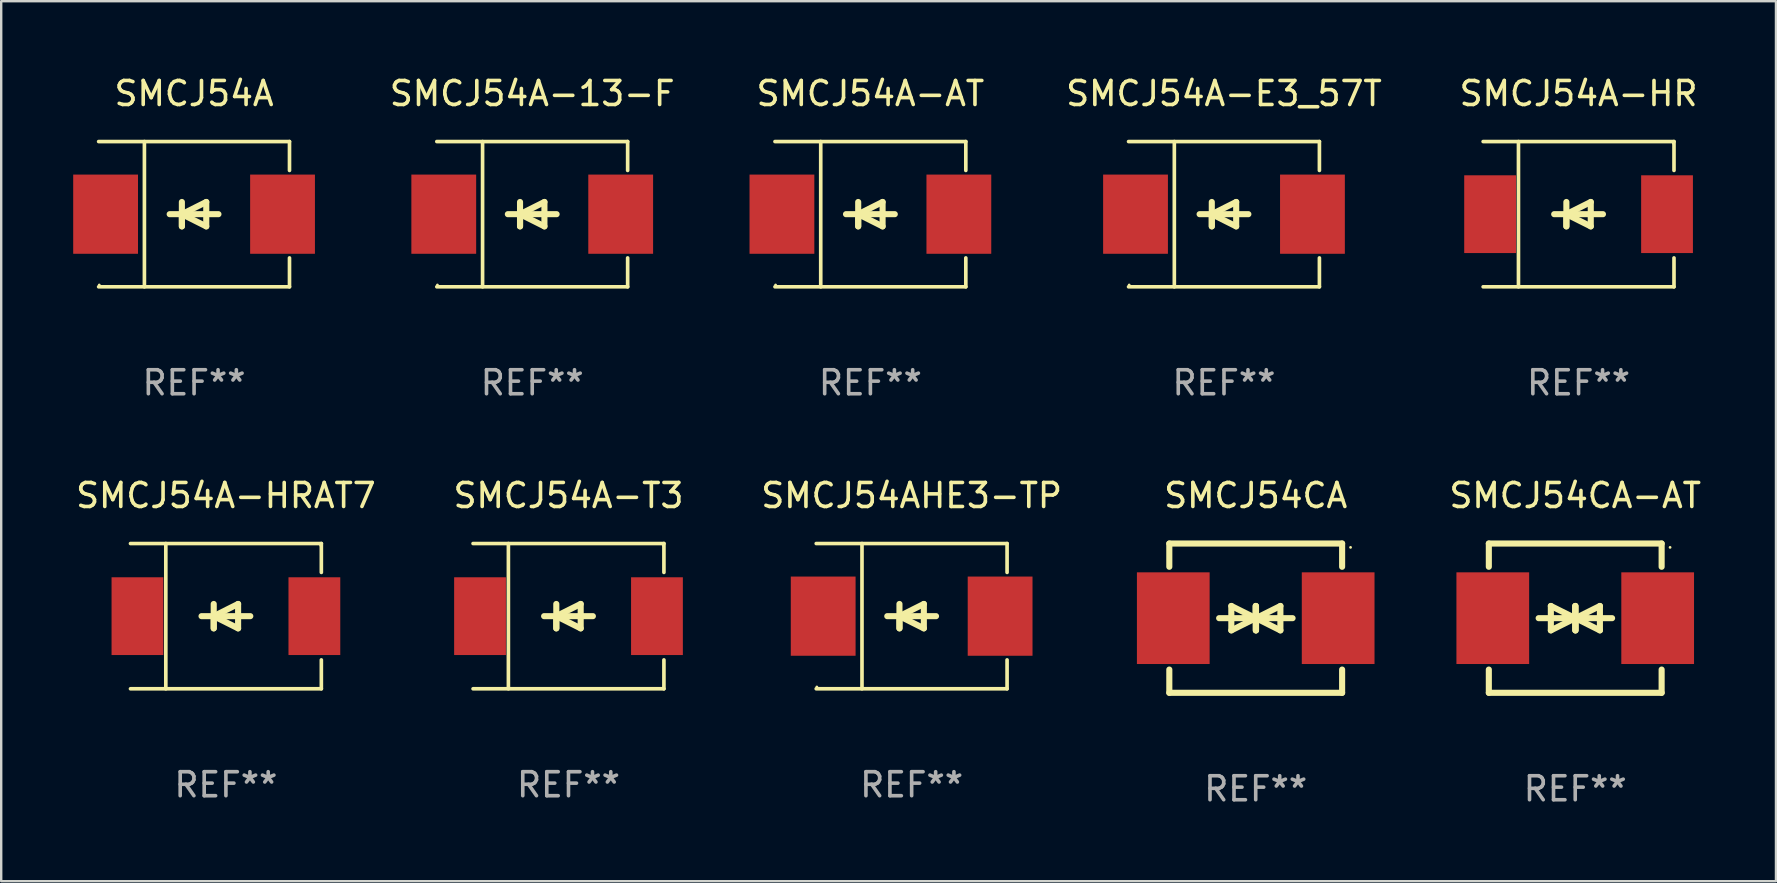
<source format=kicad_pcb>
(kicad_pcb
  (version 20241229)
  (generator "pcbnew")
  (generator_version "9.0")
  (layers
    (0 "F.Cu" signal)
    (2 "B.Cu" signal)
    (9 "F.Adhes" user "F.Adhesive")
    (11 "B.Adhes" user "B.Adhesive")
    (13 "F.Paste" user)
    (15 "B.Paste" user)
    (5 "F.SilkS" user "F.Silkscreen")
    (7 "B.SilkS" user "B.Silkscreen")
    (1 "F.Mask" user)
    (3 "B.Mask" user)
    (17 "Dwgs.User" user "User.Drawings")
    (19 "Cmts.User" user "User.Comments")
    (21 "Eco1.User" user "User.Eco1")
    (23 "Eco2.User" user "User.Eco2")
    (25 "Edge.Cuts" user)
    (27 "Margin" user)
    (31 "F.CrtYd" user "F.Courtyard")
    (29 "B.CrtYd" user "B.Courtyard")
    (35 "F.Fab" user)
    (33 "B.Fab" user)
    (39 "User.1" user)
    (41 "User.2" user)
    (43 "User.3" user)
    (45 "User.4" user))
  (footprint "SMCJ54CA"
    (layer "F.Cu")
    (at 49.271 22.707)
    (property "Reference" "SMCJ54CA" (at 0 -5.11 0) (layer "F.SilkS") (effects (font (size 1 1) (thickness 0.15))))
    (attr through_hole)
    (fp_line (start -3.6 -2.141) (end -3.6 -3.11) (stroke (width 0.254) (type solid)) (layer "F.SilkS"))
    (fp_line (start -3.6 3.11) (end -3.6 2.141) (stroke (width 0.254) (type solid)) (layer "F.SilkS"))
    (fp_line (start -1.524 0) (end 0.508 0) (stroke (width 0.254) (type solid)) (layer "F.SilkS"))
    (fp_line (start -1.016 -0.508) (end -1.016 0.508) (stroke (width 0.254) (type solid)) (layer "F.SilkS"))
    (fp_line (start -1.016 0.508) (end 0 0) (stroke (width 0.254) (type solid)) (layer "F.SilkS"))
    (fp_line (start 0 -0.508) (end 0 0.508) (stroke (width 0.254) (type solid)) (layer "F.SilkS"))
    (fp_line (start 0 0) (end -1.016 -0.508) (stroke (width 0.254) (type solid)) (layer "F.SilkS"))
    (fp_line (start 0 0) (end 0 -0.508) (stroke (width 0.254) (type solid)) (layer "F.SilkS"))
    (fp_line (start 0.012 0) (end 0.012 0.508) (stroke (width 0.254) (type solid)) (layer "F.SilkS"))
    (fp_line (start 0.012 0) (end 1.028 0.508) (stroke (width 0.254) (type solid)) (layer "F.SilkS"))
    (fp_line (start 0.012 0.508) (end 0.012 -0.508) (stroke (width 0.254) (type solid)) (layer "F.SilkS"))
    (fp_line (start 1.028 -0.508) (end 0.012 0) (stroke (width 0.254) (type solid)) (layer "F.SilkS"))
    (fp_line (start 1.028 0.508) (end 1.028 -0.508) (stroke (width 0.254) (type solid)) (layer "F.SilkS"))
    (fp_line (start 1.536 0) (end -0.496 0) (stroke (width 0.254) (type solid)) (layer "F.SilkS"))
    (fp_line (start 3.6 -3.11) (end -3.6 -3.11) (stroke (width 0.254) (type solid)) (layer "F.SilkS"))
    (fp_line (start 3.6 -2.141) (end 3.6 -3.11) (stroke (width 0.254) (type solid)) (layer "F.SilkS"))
    (fp_line (start 3.6 3.11) (end -3.6 3.11) (stroke (width 0.254) (type solid)) (layer "F.SilkS"))
    (fp_line (start 3.6 3.11) (end 3.6 2.141) (stroke (width 0.254) (type solid)) (layer "F.SilkS"))
    (fp_circle (center 3.952 -2.95) (end 3.982 -2.95) (stroke (width 0.06) (type solid)) (fill no) (layer "F.SilkS"))
    (fp_text user "REF**" (at 0 7.11 0) (layer "F.Fab") (effects (font (size 1 1) (thickness 0.15))))
    (pad "1" smd rect (at 3.435 0) (size 3.03 3.82) (layers "F.Cu" "F.Mask" "F.Paste"))
    (pad "2" smd rect (at -3.435 0) (size 3.03 3.82) (layers "F.Cu" "F.Mask" "F.Paste")))
  (footprint "SMCJ54CA-AT"
    (layer "F.Cu")
    (at 62.584 22.707)
    (property "Reference" "SMCJ54CA-AT" (at 0 -5.11 0) (layer "F.SilkS") (effects (font (size 1 1) (thickness 0.15))))
    (attr through_hole)
    (fp_line (start -3.6 -2.141) (end -3.6 -3.11) (stroke (width 0.254) (type solid)) (layer "F.SilkS"))
    (fp_line (start -3.6 3.11) (end -3.6 2.141) (stroke (width 0.254) (type solid)) (layer "F.SilkS"))
    (fp_line (start -1.524 0) (end 0.508 0) (stroke (width 0.254) (type solid)) (layer "F.SilkS"))
    (fp_line (start -1.016 -0.508) (end -1.016 0.508) (stroke (width 0.254) (type solid)) (layer "F.SilkS"))
    (fp_line (start -1.016 0.508) (end 0 0) (stroke (width 0.254) (type solid)) (layer "F.SilkS"))
    (fp_line (start 0 -0.508) (end 0 0.508) (stroke (width 0.254) (type solid)) (layer "F.SilkS"))
    (fp_line (start 0 0) (end -1.016 -0.508) (stroke (width 0.254) (type solid)) (layer "F.SilkS"))
    (fp_line (start 0 0) (end 0 -0.508) (stroke (width 0.254) (type solid)) (layer "F.SilkS"))
    (fp_line (start 0.012 0) (end 0.012 0.508) (stroke (width 0.254) (type solid)) (layer "F.SilkS"))
    (fp_line (start 0.012 0) (end 1.028 0.508) (stroke (width 0.254) (type solid)) (layer "F.SilkS"))
    (fp_line (start 0.012 0.508) (end 0.012 -0.508) (stroke (width 0.254) (type solid)) (layer "F.SilkS"))
    (fp_line (start 1.028 -0.508) (end 0.012 0) (stroke (width 0.254) (type solid)) (layer "F.SilkS"))
    (fp_line (start 1.028 0.508) (end 1.028 -0.508) (stroke (width 0.254) (type solid)) (layer "F.SilkS"))
    (fp_line (start 1.536 0) (end -0.496 0) (stroke (width 0.254) (type solid)) (layer "F.SilkS"))
    (fp_line (start 3.6 -3.11) (end -3.6 -3.11) (stroke (width 0.254) (type solid)) (layer "F.SilkS"))
    (fp_line (start 3.6 -2.141) (end 3.6 -3.11) (stroke (width 0.254) (type solid)) (layer "F.SilkS"))
    (fp_line (start 3.6 3.11) (end -3.6 3.11) (stroke (width 0.254) (type solid)) (layer "F.SilkS"))
    (fp_line (start 3.6 3.11) (end 3.6 2.141) (stroke (width 0.254) (type solid)) (layer "F.SilkS"))
    (fp_circle (center 3.952 -2.95) (end 3.982 -2.95) (stroke (width 0.06) (type solid)) (fill no) (layer "F.SilkS"))
    (fp_text user "REF**" (at 0 7.11 0) (layer "F.Fab") (effects (font (size 1 1) (thickness 0.15))))
    (pad "1" smd rect (at 3.435 0) (size 3.03 3.82) (layers "F.Cu" "F.Mask" "F.Paste"))
    (pad "2" smd rect (at -3.435 0) (size 3.03 3.82) (layers "F.Cu" "F.Mask" "F.Paste")))
  (footprint "SMCJ54A-T3"
    (layer "F.Cu")
    (at 20.637 22.623)
    (property "Reference" "SMCJ54A-T3" (at 0 -5.026 0) (layer "F.SilkS") (effects (font (size 1 1) (thickness 0.15))))
    (attr through_hole)
    (fp_line (start -3.976 -3.026) (end 3.976 -3.026) (stroke (width 0.152) (type solid)) (layer "F.SilkS"))
    (fp_line (start -3.976 3.026) (end 3.976 3.026) (stroke (width 0.152) (type solid)) (layer "F.SilkS"))
    (fp_line (start -2.504 -3.026) (end -2.504 3.026) (stroke (width 0.152) (type solid)) (layer "F.SilkS"))
    (fp_line (start -0.508 0) (end -0.508 0.508) (stroke (width 0.254) (type solid)) (layer "F.SilkS"))
    (fp_line (start -0.508 0) (end 0.508 0.508) (stroke (width 0.254) (type solid)) (layer "F.SilkS"))
    (fp_line (start -0.508 0.508) (end -0.508 -0.508) (stroke (width 0.254) (type solid)) (layer "F.SilkS"))
    (fp_line (start 0.508 -0.508) (end -0.508 0) (stroke (width 0.254) (type solid)) (layer "F.SilkS"))
    (fp_line (start 0.508 0.508) (end 0.508 -0.508) (stroke (width 0.254) (type solid)) (layer "F.SilkS"))
    (fp_line (start 1.016 0) (end -1.016 0) (stroke (width 0.254) (type solid)) (layer "F.SilkS"))
    (fp_line (start 3.976 -3.026) (end 3.976 -1.823) (stroke (width 0.152) (type solid)) (layer "F.SilkS"))
    (fp_line (start 3.976 3.026) (end 3.976 1.823) (stroke (width 0.152) (type solid)) (layer "F.SilkS"))
    (fp_circle (center 3.95 -2.95) (end 3.98 -2.95) (stroke (width 0.06) (type solid)) (fill no) (layer "F.SilkS"))
    (fp_text user "REF**" (at 0 7.026 0) (layer "F.Fab") (effects (font (size 1 1) (thickness 0.15))))
    (pad "1" smd rect (at 3.686 0 180) (size 2.158 3.24) (layers "F.Cu" "F.Mask" "F.Paste"))
    (pad "2" smd rect (at -3.686 0 180) (size 2.158 3.24) (layers "F.Cu" "F.Mask" "F.Paste")))
  (footprint "SMCJ54A-AT"
    (layer "F.Cu")
    (at 33.216 5.874)
    (property "Reference" "SMCJ54A-AT" (at 0 -5.026 0) (layer "F.SilkS") (effects (font (size 1 1) (thickness 0.15))))
    (attr through_hole)
    (fp_line (start -3.976 -3.026) (end 3.976 -3.026) (stroke (width 0.152) (type solid)) (layer "F.SilkS"))
    (fp_line (start -3.976 3.026) (end 3.976 3.026) (stroke (width 0.152) (type solid)) (layer "F.SilkS"))
    (fp_line (start -2.069 -3.026) (end -2.069 3.026) (stroke (width 0.152) (type solid)) (layer "F.SilkS"))
    (fp_line (start -0.508 0) (end -0.508 0.508) (stroke (width 0.254) (type solid)) (layer "F.SilkS"))
    (fp_line (start -0.508 0) (end 0.508 0.508) (stroke (width 0.254) (type solid)) (layer "F.SilkS"))
    (fp_line (start -0.508 0.508) (end -0.508 -0.508) (stroke (width 0.254) (type solid)) (layer "F.SilkS"))
    (fp_line (start 0.508 -0.508) (end -0.508 0) (stroke (width 0.254) (type solid)) (layer "F.SilkS"))
    (fp_line (start 0.508 0.508) (end 0.508 -0.508) (stroke (width 0.254) (type solid)) (layer "F.SilkS"))
    (fp_line (start 1.016 0) (end -1.016 0) (stroke (width 0.254) (type solid)) (layer "F.SilkS"))
    (fp_line (start 3.976 -3.026) (end 3.976 -1.823) (stroke (width 0.152) (type solid)) (layer "F.SilkS"))
    (fp_line (start 3.976 3.026) (end 3.976 1.823) (stroke (width 0.152) (type solid)) (layer "F.SilkS"))
    (fp_circle (center -3.95 2.95) (end -3.92 2.95) (stroke (width 0.06) (type solid)) (fill no) (layer "F.SilkS"))
    (fp_text user "REF**" (at 0 7.026 0) (layer "F.Fab") (effects (font (size 1 1) (thickness 0.15))))
    (pad "1" smd rect (at -3.686 0) (size 2.7 3.3) (layers "F.Cu" "F.Mask" "F.Paste"))
    (pad "2" smd rect (at 3.686 0) (size 2.7 3.3) (layers "F.Cu" "F.Mask" "F.Paste")))
  (footprint "SMCJ54A"
    (layer "F.Cu")
    (at 5.036 5.874)
    (property "Reference" "SMCJ54A" (at 0 -5.026 0) (layer "F.SilkS") (effects (font (size 1 1) (thickness 0.15))))
    (attr through_hole)
    (fp_line (start -3.976 -3.026) (end 3.976 -3.026) (stroke (width 0.152) (type solid)) (layer "F.SilkS"))
    (fp_line (start -3.976 3.026) (end 3.976 3.026) (stroke (width 0.152) (type solid)) (layer "F.SilkS"))
    (fp_line (start -2.069 -3.026) (end -2.069 3.026) (stroke (width 0.152) (type solid)) (layer "F.SilkS"))
    (fp_line (start -0.508 0) (end -0.508 0.508) (stroke (width 0.254) (type solid)) (layer "F.SilkS"))
    (fp_line (start -0.508 0) (end 0.508 0.508) (stroke (width 0.254) (type solid)) (layer "F.SilkS"))
    (fp_line (start -0.508 0.508) (end -0.508 -0.508) (stroke (width 0.254) (type solid)) (layer "F.SilkS"))
    (fp_line (start 0.508 -0.508) (end -0.508 0) (stroke (width 0.254) (type solid)) (layer "F.SilkS"))
    (fp_line (start 0.508 0.508) (end 0.508 -0.508) (stroke (width 0.254) (type solid)) (layer "F.SilkS"))
    (fp_line (start 1.016 0) (end -1.016 0) (stroke (width 0.254) (type solid)) (layer "F.SilkS"))
    (fp_line (start 3.976 -3.026) (end 3.976 -1.823) (stroke (width 0.152) (type solid)) (layer "F.SilkS"))
    (fp_line (start 3.976 3.026) (end 3.976 1.823) (stroke (width 0.152) (type solid)) (layer "F.SilkS"))
    (fp_circle (center -3.95 2.95) (end -3.92 2.95) (stroke (width 0.06) (type solid)) (fill no) (layer "F.SilkS"))
    (fp_text user "REF**" (at 0 7.026 0) (layer "F.Fab") (effects (font (size 1 1) (thickness 0.15))))
    (pad "1" smd rect (at -3.686 0) (size 2.7 3.3) (layers "F.Cu" "F.Mask" "F.Paste"))
    (pad "2" smd rect (at 3.686 0) (size 2.7 3.3) (layers "F.Cu" "F.Mask" "F.Paste")))
  (footprint "SMCJ54AHE3-TP"
    (layer "F.Cu")
    (at 34.935 22.623)
    (property "Reference" "SMCJ54AHE3-TP" (at 0 -5.026 0) (layer "F.SilkS") (effects (font (size 1 1) (thickness 0.15))))
    (attr through_hole)
    (fp_line (start -3.976 -3.026) (end 3.976 -3.026) (stroke (width 0.152) (type solid)) (layer "F.SilkS"))
    (fp_line (start -3.976 3.026) (end 3.976 3.026) (stroke (width 0.152) (type solid)) (layer "F.SilkS"))
    (fp_line (start -2.069 -3.026) (end -2.069 3.026) (stroke (width 0.152) (type solid)) (layer "F.SilkS"))
    (fp_line (start -0.508 0) (end -0.508 0.508) (stroke (width 0.254) (type solid)) (layer "F.SilkS"))
    (fp_line (start -0.508 0) (end 0.508 0.508) (stroke (width 0.254) (type solid)) (layer "F.SilkS"))
    (fp_line (start -0.508 0.508) (end -0.508 -0.508) (stroke (width 0.254) (type solid)) (layer "F.SilkS"))
    (fp_line (start 0.508 -0.508) (end -0.508 0) (stroke (width 0.254) (type solid)) (layer "F.SilkS"))
    (fp_line (start 0.508 0.508) (end 0.508 -0.508) (stroke (width 0.254) (type solid)) (layer "F.SilkS"))
    (fp_line (start 1.016 0) (end -1.016 0) (stroke (width 0.254) (type solid)) (layer "F.SilkS"))
    (fp_line (start 3.976 -3.026) (end 3.976 -1.823) (stroke (width 0.152) (type solid)) (layer "F.SilkS"))
    (fp_line (start 3.976 3.026) (end 3.976 1.823) (stroke (width 0.152) (type solid)) (layer "F.SilkS"))
    (fp_circle (center -3.95 2.95) (end -3.92 2.95) (stroke (width 0.06) (type solid)) (fill no) (layer "F.SilkS"))
    (fp_text user "REF**" (at 0 7.026 0) (layer "F.Fab") (effects (font (size 1 1) (thickness 0.15))))
    (pad "1" smd rect (at -3.686 0) (size 2.7 3.3) (layers "F.Cu" "F.Mask" "F.Paste"))
    (pad "2" smd rect (at 3.686 0) (size 2.7 3.3) (layers "F.Cu" "F.Mask" "F.Paste")))
  (footprint "SMCJ54A-HR"
    (layer "F.Cu")
    (at 62.723 5.874)
    (property "Reference" "SMCJ54A-HR" (at 0 -5.026 0) (layer "F.SilkS") (effects (font (size 1 1) (thickness 0.15))))
    (attr through_hole)
    (fp_line (start -3.976 -3.026) (end 3.976 -3.026) (stroke (width 0.152) (type solid)) (layer "F.SilkS"))
    (fp_line (start -3.976 3.026) (end 3.976 3.026) (stroke (width 0.152) (type solid)) (layer "F.SilkS"))
    (fp_line (start -2.504 -3.026) (end -2.504 3.026) (stroke (width 0.152) (type solid)) (layer "F.SilkS"))
    (fp_line (start -0.508 0) (end -0.508 0.508) (stroke (width 0.254) (type solid)) (layer "F.SilkS"))
    (fp_line (start -0.508 0) (end 0.508 0.508) (stroke (width 0.254) (type solid)) (layer "F.SilkS"))
    (fp_line (start -0.508 0.508) (end -0.508 -0.508) (stroke (width 0.254) (type solid)) (layer "F.SilkS"))
    (fp_line (start 0.508 -0.508) (end -0.508 0) (stroke (width 0.254) (type solid)) (layer "F.SilkS"))
    (fp_line (start 0.508 0.508) (end 0.508 -0.508) (stroke (width 0.254) (type solid)) (layer "F.SilkS"))
    (fp_line (start 1.016 0) (end -1.016 0) (stroke (width 0.254) (type solid)) (layer "F.SilkS"))
    (fp_line (start 3.976 -3.026) (end 3.976 -1.823) (stroke (width 0.152) (type solid)) (layer "F.SilkS"))
    (fp_line (start 3.976 3.026) (end 3.976 1.823) (stroke (width 0.152) (type solid)) (layer "F.SilkS"))
    (fp_circle (center 3.95 -2.95) (end 3.98 -2.95) (stroke (width 0.06) (type solid)) (fill no) (layer "F.SilkS"))
    (fp_text user "REF**" (at 0 7.026 0) (layer "F.Fab") (effects (font (size 1 1) (thickness 0.15))))
    (pad "1" smd rect (at 3.686 0 180) (size 2.158 3.24) (layers "F.Cu" "F.Mask" "F.Paste"))
    (pad "2" smd rect (at -3.686 0 180) (size 2.158 3.24) (layers "F.Cu" "F.Mask" "F.Paste")))
  (footprint "SMCJ54A-E3_57T"
    (layer "F.Cu")
    (at 47.949 5.874)
    (property "Reference" "SMCJ54A-E3_57T" (at 0 -5.026 0) (layer "F.SilkS") (effects (font (size 1 1) (thickness 0.15))))
    (attr through_hole)
    (fp_line (start -3.976 -3.026) (end 3.976 -3.026) (stroke (width 0.152) (type solid)) (layer "F.SilkS"))
    (fp_line (start -3.976 3.026) (end 3.976 3.026) (stroke (width 0.152) (type solid)) (layer "F.SilkS"))
    (fp_line (start -2.069 -3.026) (end -2.069 3.026) (stroke (width 0.152) (type solid)) (layer "F.SilkS"))
    (fp_line (start -0.508 0) (end -0.508 0.508) (stroke (width 0.254) (type solid)) (layer "F.SilkS"))
    (fp_line (start -0.508 0) (end 0.508 0.508) (stroke (width 0.254) (type solid)) (layer "F.SilkS"))
    (fp_line (start -0.508 0.508) (end -0.508 -0.508) (stroke (width 0.254) (type solid)) (layer "F.SilkS"))
    (fp_line (start 0.508 -0.508) (end -0.508 0) (stroke (width 0.254) (type solid)) (layer "F.SilkS"))
    (fp_line (start 0.508 0.508) (end 0.508 -0.508) (stroke (width 0.254) (type solid)) (layer "F.SilkS"))
    (fp_line (start 1.016 0) (end -1.016 0) (stroke (width 0.254) (type solid)) (layer "F.SilkS"))
    (fp_line (start 3.976 -3.026) (end 3.976 -1.823) (stroke (width 0.152) (type solid)) (layer "F.SilkS"))
    (fp_line (start 3.976 3.026) (end 3.976 1.823) (stroke (width 0.152) (type solid)) (layer "F.SilkS"))
    (fp_circle (center -3.95 2.95) (end -3.92 2.95) (stroke (width 0.06) (type solid)) (fill no) (layer "F.SilkS"))
    (fp_text user "REF**" (at 0 7.026 0) (layer "F.Fab") (effects (font (size 1 1) (thickness 0.15))))
    (pad "1" smd rect (at -3.686 0) (size 2.7 3.3) (layers "F.Cu" "F.Mask" "F.Paste"))
    (pad "2" smd rect (at 3.686 0) (size 2.7 3.3) (layers "F.Cu" "F.Mask" "F.Paste")))
  (footprint "SMCJ54A-HRAT7"
    (layer "F.Cu")
    (at 6.363 22.623)
    (property "Reference" "SMCJ54A-HRAT7" (at 0 -5.026 0) (layer "F.SilkS") (effects (font (size 1 1) (thickness 0.15))))
    (attr through_hole)
    (fp_line (start -3.976 -3.026) (end 3.976 -3.026) (stroke (width 0.152) (type solid)) (layer "F.SilkS"))
    (fp_line (start -3.976 3.026) (end 3.976 3.026) (stroke (width 0.152) (type solid)) (layer "F.SilkS"))
    (fp_line (start -2.504 -3.026) (end -2.504 3.026) (stroke (width 0.152) (type solid)) (layer "F.SilkS"))
    (fp_line (start -0.508 0) (end -0.508 0.508) (stroke (width 0.254) (type solid)) (layer "F.SilkS"))
    (fp_line (start -0.508 0) (end 0.508 0.508) (stroke (width 0.254) (type solid)) (layer "F.SilkS"))
    (fp_line (start -0.508 0.508) (end -0.508 -0.508) (stroke (width 0.254) (type solid)) (layer "F.SilkS"))
    (fp_line (start 0.508 -0.508) (end -0.508 0) (stroke (width 0.254) (type solid)) (layer "F.SilkS"))
    (fp_line (start 0.508 0.508) (end 0.508 -0.508) (stroke (width 0.254) (type solid)) (layer "F.SilkS"))
    (fp_line (start 1.016 0) (end -1.016 0) (stroke (width 0.254) (type solid)) (layer "F.SilkS"))
    (fp_line (start 3.976 -3.026) (end 3.976 -1.823) (stroke (width 0.152) (type solid)) (layer "F.SilkS"))
    (fp_line (start 3.976 3.026) (end 3.976 1.823) (stroke (width 0.152) (type solid)) (layer "F.SilkS"))
    (fp_circle (center 3.95 -2.95) (end 3.98 -2.95) (stroke (width 0.06) (type solid)) (fill no) (layer "F.SilkS"))
    (fp_text user "REF**" (at 0 7.026 0) (layer "F.Fab") (effects (font (size 1 1) (thickness 0.15))))
    (pad "1" smd rect (at 3.686 0 180) (size 2.158 3.24) (layers "F.Cu" "F.Mask" "F.Paste"))
    (pad "2" smd rect (at -3.686 0 180) (size 2.158 3.24) (layers "F.Cu" "F.Mask" "F.Paste")))
  (footprint "SMCJ54A-13-F"
    (layer "F.Cu")
    (at 19.126 5.874)
    (property "Reference" "SMCJ54A-13-F" (at 0 -5.026 0) (layer "F.SilkS") (effects (font (size 1 1) (thickness 0.15))))
    (attr through_hole)
    (fp_line (start -3.976 -3.026) (end 3.976 -3.026) (stroke (width 0.152) (type solid)) (layer "F.SilkS"))
    (fp_line (start -3.976 3.026) (end 3.976 3.026) (stroke (width 0.152) (type solid)) (layer "F.SilkS"))
    (fp_line (start -2.069 -3.026) (end -2.069 3.026) (stroke (width 0.152) (type solid)) (layer "F.SilkS"))
    (fp_line (start -0.508 0) (end -0.508 0.508) (stroke (width 0.254) (type solid)) (layer "F.SilkS"))
    (fp_line (start -0.508 0) (end 0.508 0.508) (stroke (width 0.254) (type solid)) (layer "F.SilkS"))
    (fp_line (start -0.508 0.508) (end -0.508 -0.508) (stroke (width 0.254) (type solid)) (layer "F.SilkS"))
    (fp_line (start 0.508 -0.508) (end -0.508 0) (stroke (width 0.254) (type solid)) (layer "F.SilkS"))
    (fp_line (start 0.508 0.508) (end 0.508 -0.508) (stroke (width 0.254) (type solid)) (layer "F.SilkS"))
    (fp_line (start 1.016 0) (end -1.016 0) (stroke (width 0.254) (type solid)) (layer "F.SilkS"))
    (fp_line (start 3.976 -3.026) (end 3.976 -1.823) (stroke (width 0.152) (type solid)) (layer "F.SilkS"))
    (fp_line (start 3.976 3.026) (end 3.976 1.823) (stroke (width 0.152) (type solid)) (layer "F.SilkS"))
    (fp_circle (center -3.95 2.95) (end -3.92 2.95) (stroke (width 0.06) (type solid)) (fill no) (layer "F.SilkS"))
    (fp_text user "REF**" (at 0 7.026 0) (layer "F.Fab") (effects (font (size 1 1) (thickness 0.15))))
    (pad "1" smd rect (at -3.686 0) (size 2.7 3.3) (layers "F.Cu" "F.Mask" "F.Paste"))
    (pad "2" smd rect (at 3.686 0) (size 2.7 3.3) (layers "F.Cu" "F.Mask" "F.Paste")))
  (gr_rect
    (start -3 -3)
    (end 70.948 33.665)
    (stroke (width 0.1) (type default))
    (fill no)
    (layer "Edge.Cuts")))
</source>
